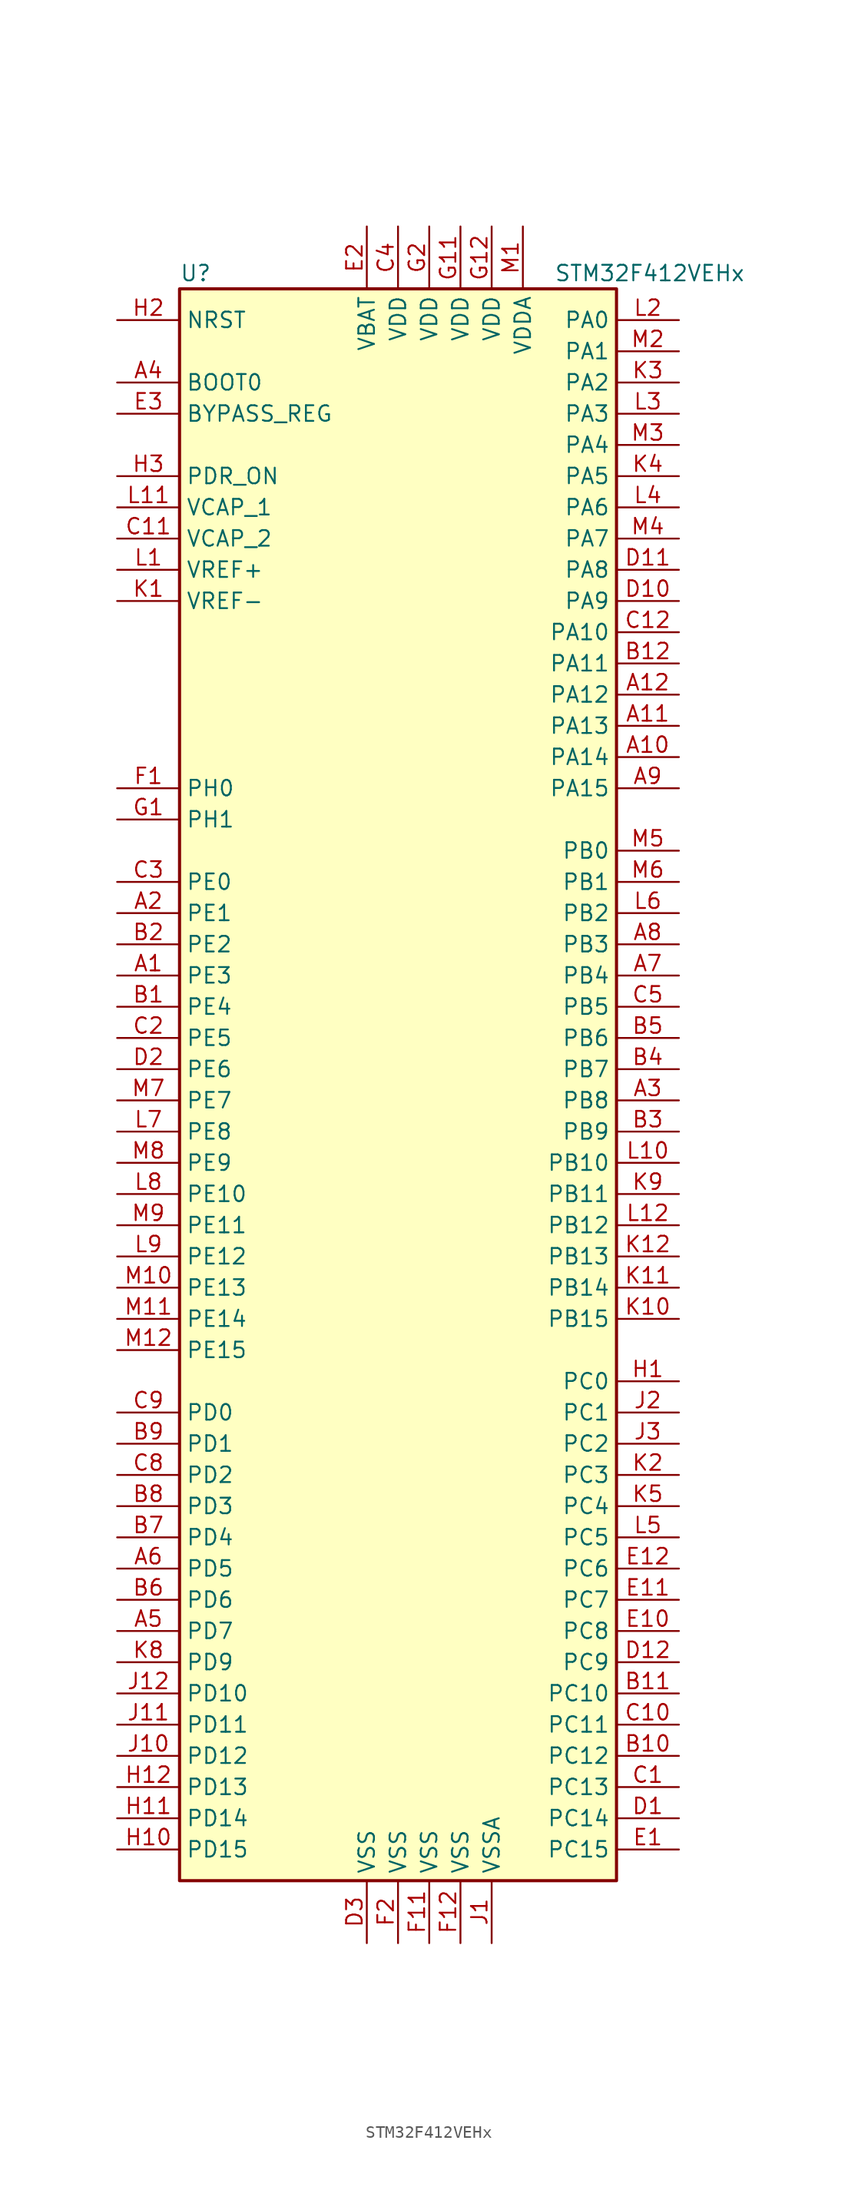
<source format=kicad_sym>
(kicad_symbol_lib
  (version 20211014)
  (generator kicad_symbol_editor)
  (symbol "STM32F412VEHx"
    (property "Reference" "U"
      (at -17.78 64.77 0)
      (effects (font (size 1.27 1.27)) (justify left)))
    (property "Value" "STM32F412VEHx"
      (at 12.7 64.77 0)
      (effects (font (size 1.27 1.27)) (justify left)))
    (symbol "STM32F412VEHx_0_1"
      (rectangle (start -17.78 -66.04) (end 17.78 63.5) (stroke (width 0.254) (type default) (color 0 0 0 0)) (fill (type background))))
    (symbol "STM32F412VEHx_1_1"
      (pin bidirectional line (at -22.86 7.62 0) (length 5.08) (name "PE3" (effects (font (size 1.27 1.27)))) (number "A1" (effects (font (size 1.27 1.27)))))
      (pin bidirectional line (at 22.86 25.4 180) (length 5.08) (name "PA14" (effects (font (size 1.27 1.27)))) (number "A10" (effects (font (size 1.27 1.27)))))
      (pin bidirectional line (at 22.86 27.94 180) (length 5.08) (name "PA13" (effects (font (size 1.27 1.27)))) (number "A11" (effects (font (size 1.27 1.27)))))
      (pin bidirectional line (at 22.86 30.48 180) (length 5.08) (name "PA12" (effects (font (size 1.27 1.27)))) (number "A12" (effects (font (size 1.27 1.27)))))
      (pin bidirectional line (at -22.86 12.7 0) (length 5.08) (name "PE1" (effects (font (size 1.27 1.27)))) (number "A2" (effects (font (size 1.27 1.27)))))
      (pin bidirectional line (at 22.86 -2.54 180) (length 5.08) (name "PB8" (effects (font (size 1.27 1.27)))) (number "A3" (effects (font (size 1.27 1.27)))))
      (pin input line (at -22.86 55.88 0) (length 5.08) (name "BOOT0" (effects (font (size 1.27 1.27)))) (number "A4" (effects (font (size 1.27 1.27)))))
      (pin bidirectional line (at -22.86 -45.72 0) (length 5.08) (name "PD7" (effects (font (size 1.27 1.27)))) (number "A5" (effects (font (size 1.27 1.27)))))
      (pin bidirectional line (at -22.86 -40.64 0) (length 5.08) (name "PD5" (effects (font (size 1.27 1.27)))) (number "A6" (effects (font (size 1.27 1.27)))))
      (pin bidirectional line (at 22.86 7.62 180) (length 5.08) (name "PB4" (effects (font (size 1.27 1.27)))) (number "A7" (effects (font (size 1.27 1.27)))))
      (pin bidirectional line (at 22.86 10.16 180) (length 5.08) (name "PB3" (effects (font (size 1.27 1.27)))) (number "A8" (effects (font (size 1.27 1.27)))))
      (pin bidirectional line (at 22.86 22.86 180) (length 5.08) (name "PA15" (effects (font (size 1.27 1.27)))) (number "A9" (effects (font (size 1.27 1.27)))))
      (pin bidirectional line (at -22.86 5.08 0) (length 5.08) (name "PE4" (effects (font (size 1.27 1.27)))) (number "B1" (effects (font (size 1.27 1.27)))))
      (pin bidirectional line (at 22.86 -55.88 180) (length 5.08) (name "PC12" (effects (font (size 1.27 1.27)))) (number "B10" (effects (font (size 1.27 1.27)))))
      (pin bidirectional line (at 22.86 -50.8 180) (length 5.08) (name "PC10" (effects (font (size 1.27 1.27)))) (number "B11" (effects (font (size 1.27 1.27)))))
      (pin bidirectional line (at 22.86 33.02 180) (length 5.08) (name "PA11" (effects (font (size 1.27 1.27)))) (number "B12" (effects (font (size 1.27 1.27)))))
      (pin bidirectional line (at -22.86 10.16 0) (length 5.08) (name "PE2" (effects (font (size 1.27 1.27)))) (number "B2" (effects (font (size 1.27 1.27)))))
      (pin bidirectional line (at 22.86 -5.08 180) (length 5.08) (name "PB9" (effects (font (size 1.27 1.27)))) (number "B3" (effects (font (size 1.27 1.27)))))
      (pin bidirectional line (at 22.86 0 180) (length 5.08) (name "PB7" (effects (font (size 1.27 1.27)))) (number "B4" (effects (font (size 1.27 1.27)))))
      (pin bidirectional line (at 22.86 2.54 180) (length 5.08) (name "PB6" (effects (font (size 1.27 1.27)))) (number "B5" (effects (font (size 1.27 1.27)))))
      (pin bidirectional line (at -22.86 -43.18 0) (length 5.08) (name "PD6" (effects (font (size 1.27 1.27)))) (number "B6" (effects (font (size 1.27 1.27)))))
      (pin bidirectional line (at -22.86 -38.1 0) (length 5.08) (name "PD4" (effects (font (size 1.27 1.27)))) (number "B7" (effects (font (size 1.27 1.27)))))
      (pin bidirectional line (at -22.86 -35.56 0) (length 5.08) (name "PD3" (effects (font (size 1.27 1.27)))) (number "B8" (effects (font (size 1.27 1.27)))))
      (pin bidirectional line (at -22.86 -30.48 0) (length 5.08) (name "PD1" (effects (font (size 1.27 1.27)))) (number "B9" (effects (font (size 1.27 1.27)))))
      (pin bidirectional line (at 22.86 -58.42 180) (length 5.08) (name "PC13" (effects (font (size 1.27 1.27)))) (number "C1" (effects (font (size 1.27 1.27)))))
      (pin bidirectional line (at 22.86 -53.34 180) (length 5.08) (name "PC11" (effects (font (size 1.27 1.27)))) (number "C10" (effects (font (size 1.27 1.27)))))
      (pin power_in line (at -22.86 43.18 0) (length 5.08) (name "VCAP_2" (effects (font (size 1.27 1.27)))) (number "C11" (effects (font (size 1.27 1.27)))))
      (pin bidirectional line (at 22.86 35.56 180) (length 5.08) (name "PA10" (effects (font (size 1.27 1.27)))) (number "C12" (effects (font (size 1.27 1.27)))))
      (pin bidirectional line (at -22.86 2.54 0) (length 5.08) (name "PE5" (effects (font (size 1.27 1.27)))) (number "C2" (effects (font (size 1.27 1.27)))))
      (pin bidirectional line (at -22.86 15.24 0) (length 5.08) (name "PE0" (effects (font (size 1.27 1.27)))) (number "C3" (effects (font (size 1.27 1.27)))))
      (pin power_in line (at 0 68.58 270) (length 5.08) (name "VDD" (effects (font (size 1.27 1.27)))) (number "C4" (effects (font (size 1.27 1.27)))))
      (pin bidirectional line (at 22.86 5.08 180) (length 5.08) (name "PB5" (effects (font (size 1.27 1.27)))) (number "C5" (effects (font (size 1.27 1.27)))))
      (pin bidirectional line (at -22.86 -33.02 0) (length 5.08) (name "PD2" (effects (font (size 1.27 1.27)))) (number "C8" (effects (font (size 1.27 1.27)))))
      (pin bidirectional line (at -22.86 -27.94 0) (length 5.08) (name "PD0" (effects (font (size 1.27 1.27)))) (number "C9" (effects (font (size 1.27 1.27)))))
      (pin bidirectional line (at 22.86 -60.96 180) (length 5.08) (name "PC14" (effects (font (size 1.27 1.27)))) (number "D1" (effects (font (size 1.27 1.27)))))
      (pin bidirectional line (at 22.86 38.1 180) (length 5.08) (name "PA9" (effects (font (size 1.27 1.27)))) (number "D10" (effects (font (size 1.27 1.27)))))
      (pin bidirectional line (at 22.86 40.64 180) (length 5.08) (name "PA8" (effects (font (size 1.27 1.27)))) (number "D11" (effects (font (size 1.27 1.27)))))
      (pin bidirectional line (at 22.86 -48.26 180) (length 5.08) (name "PC9" (effects (font (size 1.27 1.27)))) (number "D12" (effects (font (size 1.27 1.27)))))
      (pin bidirectional line (at -22.86 0 0) (length 5.08) (name "PE6" (effects (font (size 1.27 1.27)))) (number "D2" (effects (font (size 1.27 1.27)))))
      (pin power_in line (at -2.54 -71.12 90) (length 5.08) (name "VSS" (effects (font (size 1.27 1.27)))) (number "D3" (effects (font (size 1.27 1.27)))))
      (pin bidirectional line (at 22.86 -63.5 180) (length 5.08) (name "PC15" (effects (font (size 1.27 1.27)))) (number "E1" (effects (font (size 1.27 1.27)))))
      (pin bidirectional line (at 22.86 -45.72 180) (length 5.08) (name "PC8" (effects (font (size 1.27 1.27)))) (number "E10" (effects (font (size 1.27 1.27)))))
      (pin bidirectional line (at 22.86 -43.18 180) (length 5.08) (name "PC7" (effects (font (size 1.27 1.27)))) (number "E11" (effects (font (size 1.27 1.27)))))
      (pin bidirectional line (at 22.86 -40.64 180) (length 5.08) (name "PC6" (effects (font (size 1.27 1.27)))) (number "E12" (effects (font (size 1.27 1.27)))))
      (pin power_in line (at -2.54 68.58 270) (length 5.08) (name "VBAT" (effects (font (size 1.27 1.27)))) (number "E2" (effects (font (size 1.27 1.27)))))
      (pin input line (at -22.86 53.34 0) (length 5.08) (name "BYPASS_REG" (effects (font (size 1.27 1.27)))) (number "E3" (effects (font (size 1.27 1.27)))))
      (pin input line (at -22.86 22.86 0) (length 5.08) (name "PH0" (effects (font (size 1.27 1.27)))) (number "F1" (effects (font (size 1.27 1.27)))))
      (pin power_in line (at 2.54 -71.12 90) (length 5.08) (name "VSS" (effects (font (size 1.27 1.27)))) (number "F11" (effects (font (size 1.27 1.27)))))
      (pin power_in line (at 5.08 -71.12 90) (length 5.08) (name "VSS" (effects (font (size 1.27 1.27)))) (number "F12" (effects (font (size 1.27 1.27)))))
      (pin power_in line (at 0 -71.12 90) (length 5.08) (name "VSS" (effects (font (size 1.27 1.27)))) (number "F2" (effects (font (size 1.27 1.27)))))
      (pin input line (at -22.86 20.32 0) (length 5.08) (name "PH1" (effects (font (size 1.27 1.27)))) (number "G1" (effects (font (size 1.27 1.27)))))
      (pin power_in line (at 5.08 68.58 270) (length 5.08) (name "VDD" (effects (font (size 1.27 1.27)))) (number "G11" (effects (font (size 1.27 1.27)))))
      (pin power_in line (at 7.62 68.58 270) (length 5.08) (name "VDD" (effects (font (size 1.27 1.27)))) (number "G12" (effects (font (size 1.27 1.27)))))
      (pin power_in line (at 2.54 68.58 270) (length 5.08) (name "VDD" (effects (font (size 1.27 1.27)))) (number "G2" (effects (font (size 1.27 1.27)))))
      (pin bidirectional line (at 22.86 -25.4 180) (length 5.08) (name "PC0" (effects (font (size 1.27 1.27)))) (number "H1" (effects (font (size 1.27 1.27)))))
      (pin bidirectional line (at -22.86 -63.5 0) (length 5.08) (name "PD15" (effects (font (size 1.27 1.27)))) (number "H10" (effects (font (size 1.27 1.27)))))
      (pin bidirectional line (at -22.86 -60.96 0) (length 5.08) (name "PD14" (effects (font (size 1.27 1.27)))) (number "H11" (effects (font (size 1.27 1.27)))))
      (pin bidirectional line (at -22.86 -58.42 0) (length 5.08) (name "PD13" (effects (font (size 1.27 1.27)))) (number "H12" (effects (font (size 1.27 1.27)))))
      (pin input line (at -22.86 60.96 0) (length 5.08) (name "NRST" (effects (font (size 1.27 1.27)))) (number "H2" (effects (font (size 1.27 1.27)))))
      (pin power_in line (at -22.86 48.26 0) (length 5.08) (name "PDR_ON" (effects (font (size 1.27 1.27)))) (number "H3" (effects (font (size 1.27 1.27)))))
      (pin power_in line (at 7.62 -71.12 90) (length 5.08) (name "VSSA" (effects (font (size 1.27 1.27)))) (number "J1" (effects (font (size 1.27 1.27)))))
      (pin bidirectional line (at -22.86 -55.88 0) (length 5.08) (name "PD12" (effects (font (size 1.27 1.27)))) (number "J10" (effects (font (size 1.27 1.27)))))
      (pin bidirectional line (at -22.86 -53.34 0) (length 5.08) (name "PD11" (effects (font (size 1.27 1.27)))) (number "J11" (effects (font (size 1.27 1.27)))))
      (pin bidirectional line (at -22.86 -50.8 0) (length 5.08) (name "PD10" (effects (font (size 1.27 1.27)))) (number "J12" (effects (font (size 1.27 1.27)))))
      (pin bidirectional line (at 22.86 -27.94 180) (length 5.08) (name "PC1" (effects (font (size 1.27 1.27)))) (number "J2" (effects (font (size 1.27 1.27)))))
      (pin bidirectional line (at 22.86 -30.48 180) (length 5.08) (name "PC2" (effects (font (size 1.27 1.27)))) (number "J3" (effects (font (size 1.27 1.27)))))
      (pin power_in line (at -22.86 38.1 0) (length 5.08) (name "VREF-" (effects (font (size 1.27 1.27)))) (number "K1" (effects (font (size 1.27 1.27)))))
      (pin bidirectional line (at 22.86 -20.32 180) (length 5.08) (name "PB15" (effects (font (size 1.27 1.27)))) (number "K10" (effects (font (size 1.27 1.27)))))
      (pin bidirectional line (at 22.86 -17.78 180) (length 5.08) (name "PB14" (effects (font (size 1.27 1.27)))) (number "K11" (effects (font (size 1.27 1.27)))))
      (pin bidirectional line (at 22.86 -15.24 180) (length 5.08) (name "PB13" (effects (font (size 1.27 1.27)))) (number "K12" (effects (font (size 1.27 1.27)))))
      (pin bidirectional line (at 22.86 -33.02 180) (length 5.08) (name "PC3" (effects (font (size 1.27 1.27)))) (number "K2" (effects (font (size 1.27 1.27)))))
      (pin bidirectional line (at 22.86 55.88 180) (length 5.08) (name "PA2" (effects (font (size 1.27 1.27)))) (number "K3" (effects (font (size 1.27 1.27)))))
      (pin bidirectional line (at 22.86 48.26 180) (length 5.08) (name "PA5" (effects (font (size 1.27 1.27)))) (number "K4" (effects (font (size 1.27 1.27)))))
      (pin bidirectional line (at 22.86 -35.56 180) (length 5.08) (name "PC4" (effects (font (size 1.27 1.27)))) (number "K5" (effects (font (size 1.27 1.27)))))
      (pin bidirectional line (at -22.86 -48.26 0) (length 5.08) (name "PD9" (effects (font (size 1.27 1.27)))) (number "K8" (effects (font (size 1.27 1.27)))))
      (pin bidirectional line (at 22.86 -10.16 180) (length 5.08) (name "PB11" (effects (font (size 1.27 1.27)))) (number "K9" (effects (font (size 1.27 1.27)))))
      (pin power_in line (at -22.86 40.64 0) (length 5.08) (name "VREF+" (effects (font (size 1.27 1.27)))) (number "L1" (effects (font (size 1.27 1.27)))))
      (pin bidirectional line (at 22.86 -7.62 180) (length 5.08) (name "PB10" (effects (font (size 1.27 1.27)))) (number "L10" (effects (font (size 1.27 1.27)))))
      (pin power_in line (at -22.86 45.72 0) (length 5.08) (name "VCAP_1" (effects (font (size 1.27 1.27)))) (number "L11" (effects (font (size 1.27 1.27)))))
      (pin bidirectional line (at 22.86 -12.7 180) (length 5.08) (name "PB12" (effects (font (size 1.27 1.27)))) (number "L12" (effects (font (size 1.27 1.27)))))
      (pin bidirectional line (at 22.86 60.96 180) (length 5.08) (name "PA0" (effects (font (size 1.27 1.27)))) (number "L2" (effects (font (size 1.27 1.27)))))
      (pin bidirectional line (at 22.86 53.34 180) (length 5.08) (name "PA3" (effects (font (size 1.27 1.27)))) (number "L3" (effects (font (size 1.27 1.27)))))
      (pin bidirectional line (at 22.86 45.72 180) (length 5.08) (name "PA6" (effects (font (size 1.27 1.27)))) (number "L4" (effects (font (size 1.27 1.27)))))
      (pin bidirectional line (at 22.86 -38.1 180) (length 5.08) (name "PC5" (effects (font (size 1.27 1.27)))) (number "L5" (effects (font (size 1.27 1.27)))))
      (pin bidirectional line (at 22.86 12.7 180) (length 5.08) (name "PB2" (effects (font (size 1.27 1.27)))) (number "L6" (effects (font (size 1.27 1.27)))))
      (pin bidirectional line (at -22.86 -5.08 0) (length 5.08) (name "PE8" (effects (font (size 1.27 1.27)))) (number "L7" (effects (font (size 1.27 1.27)))))
      (pin bidirectional line (at -22.86 -10.16 0) (length 5.08) (name "PE10" (effects (font (size 1.27 1.27)))) (number "L8" (effects (font (size 1.27 1.27)))))
      (pin bidirectional line (at -22.86 -15.24 0) (length 5.08) (name "PE12" (effects (font (size 1.27 1.27)))) (number "L9" (effects (font (size 1.27 1.27)))))
      (pin power_in line (at 10.16 68.58 270) (length 5.08) (name "VDDA" (effects (font (size 1.27 1.27)))) (number "M1" (effects (font (size 1.27 1.27)))))
      (pin bidirectional line (at -22.86 -17.78 0) (length 5.08) (name "PE13" (effects (font (size 1.27 1.27)))) (number "M10" (effects (font (size 1.27 1.27)))))
      (pin bidirectional line (at -22.86 -20.32 0) (length 5.08) (name "PE14" (effects (font (size 1.27 1.27)))) (number "M11" (effects (font (size 1.27 1.27)))))
      (pin bidirectional line (at -22.86 -22.86 0) (length 5.08) (name "PE15" (effects (font (size 1.27 1.27)))) (number "M12" (effects (font (size 1.27 1.27)))))
      (pin bidirectional line (at 22.86 58.42 180) (length 5.08) (name "PA1" (effects (font (size 1.27 1.27)))) (number "M2" (effects (font (size 1.27 1.27)))))
      (pin bidirectional line (at 22.86 50.8 180) (length 5.08) (name "PA4" (effects (font (size 1.27 1.27)))) (number "M3" (effects (font (size 1.27 1.27)))))
      (pin bidirectional line (at 22.86 43.18 180) (length 5.08) (name "PA7" (effects (font (size 1.27 1.27)))) (number "M4" (effects (font (size 1.27 1.27)))))
      (pin bidirectional line (at 22.86 17.78 180) (length 5.08) (name "PB0" (effects (font (size 1.27 1.27)))) (number "M5" (effects (font (size 1.27 1.27)))))
      (pin bidirectional line (at 22.86 15.24 180) (length 5.08) (name "PB1" (effects (font (size 1.27 1.27)))) (number "M6" (effects (font (size 1.27 1.27)))))
      (pin bidirectional line (at -22.86 -2.54 0) (length 5.08) (name "PE7" (effects (font (size 1.27 1.27)))) (number "M7" (effects (font (size 1.27 1.27)))))
      (pin bidirectional line (at -22.86 -7.62 0) (length 5.08) (name "PE9" (effects (font (size 1.27 1.27)))) (number "M8" (effects (font (size 1.27 1.27)))))
      (pin bidirectional line (at -22.86 -12.7 0) (length 5.08) (name "PE11" (effects (font (size 1.27 1.27)))) (number "M9" (effects (font (size 1.27 1.27))))))))
</source>
